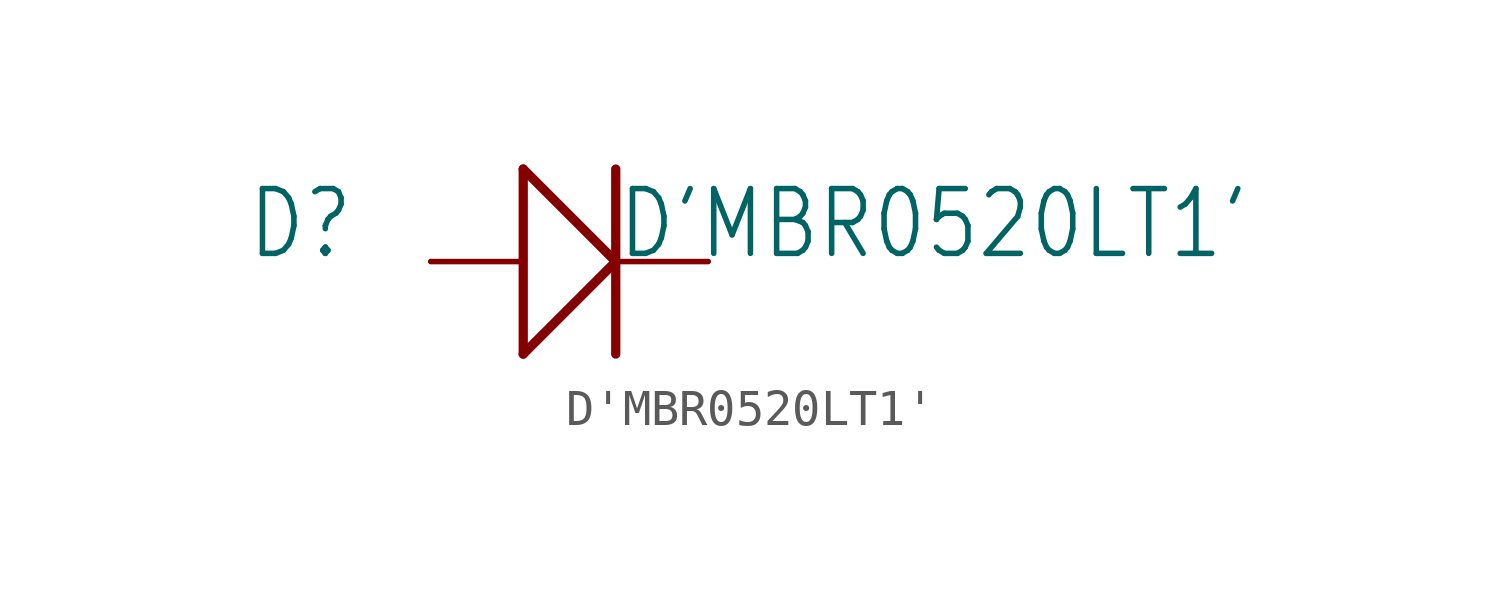
<source format=kicad_sym>
(kicad_symbol_lib
  (version 20211014)
  (generator kicad_symbol_editor)
  (symbol "D'MBR0520LT1'"
    (property "Reference" "D"
      (at -8.89 0 0)
      (effects (font (size 1.778 1.511)) (justify left bottom)))
    (property "Value" "D'MBR0520LT1'"
      (at 1.27 0 0)
      (effects (font (size 1.778 1.511)) (justify left bottom)))
    (property "ki_locked" ""
      (at 0 0 0)
      (effects (font (size 1.27 1.27))))
    (symbol "D'MBR0520LT1'_1_0"
      (polyline (pts (xy -1.27 -2.54) (xy -1.27 2.54)) (stroke (width 0.254) (type default) (color 0 0 0 0)) (fill (type none)))
      (polyline (pts (xy -1.27 -2.54) (xy 1.27 0)) (stroke (width 0.254) (type default) (color 0 0 0 0)) (fill (type none)))
      (polyline (pts (xy -1.27 2.54) (xy 1.27 0)) (stroke (width 0.254) (type default) (color 0 0 0 0)) (fill (type none)))
      (polyline (pts (xy 1.27 2.54) (xy 1.27 -2.54)) (stroke (width 0.254) (type default) (color 0 0 0 0)) (fill (type none)))
      (pin passive line (at -3.81 0 0) (length 2.54) (name "+" (effects (font (size 0 0)))) (number "1" (effects (font (size 0 0)))))
      (pin passive line (at 3.81 0 180) (length 2.54) (name "-" (effects (font (size 0 0)))) (number "2" (effects (font (size 0 0))))))))
</source>
